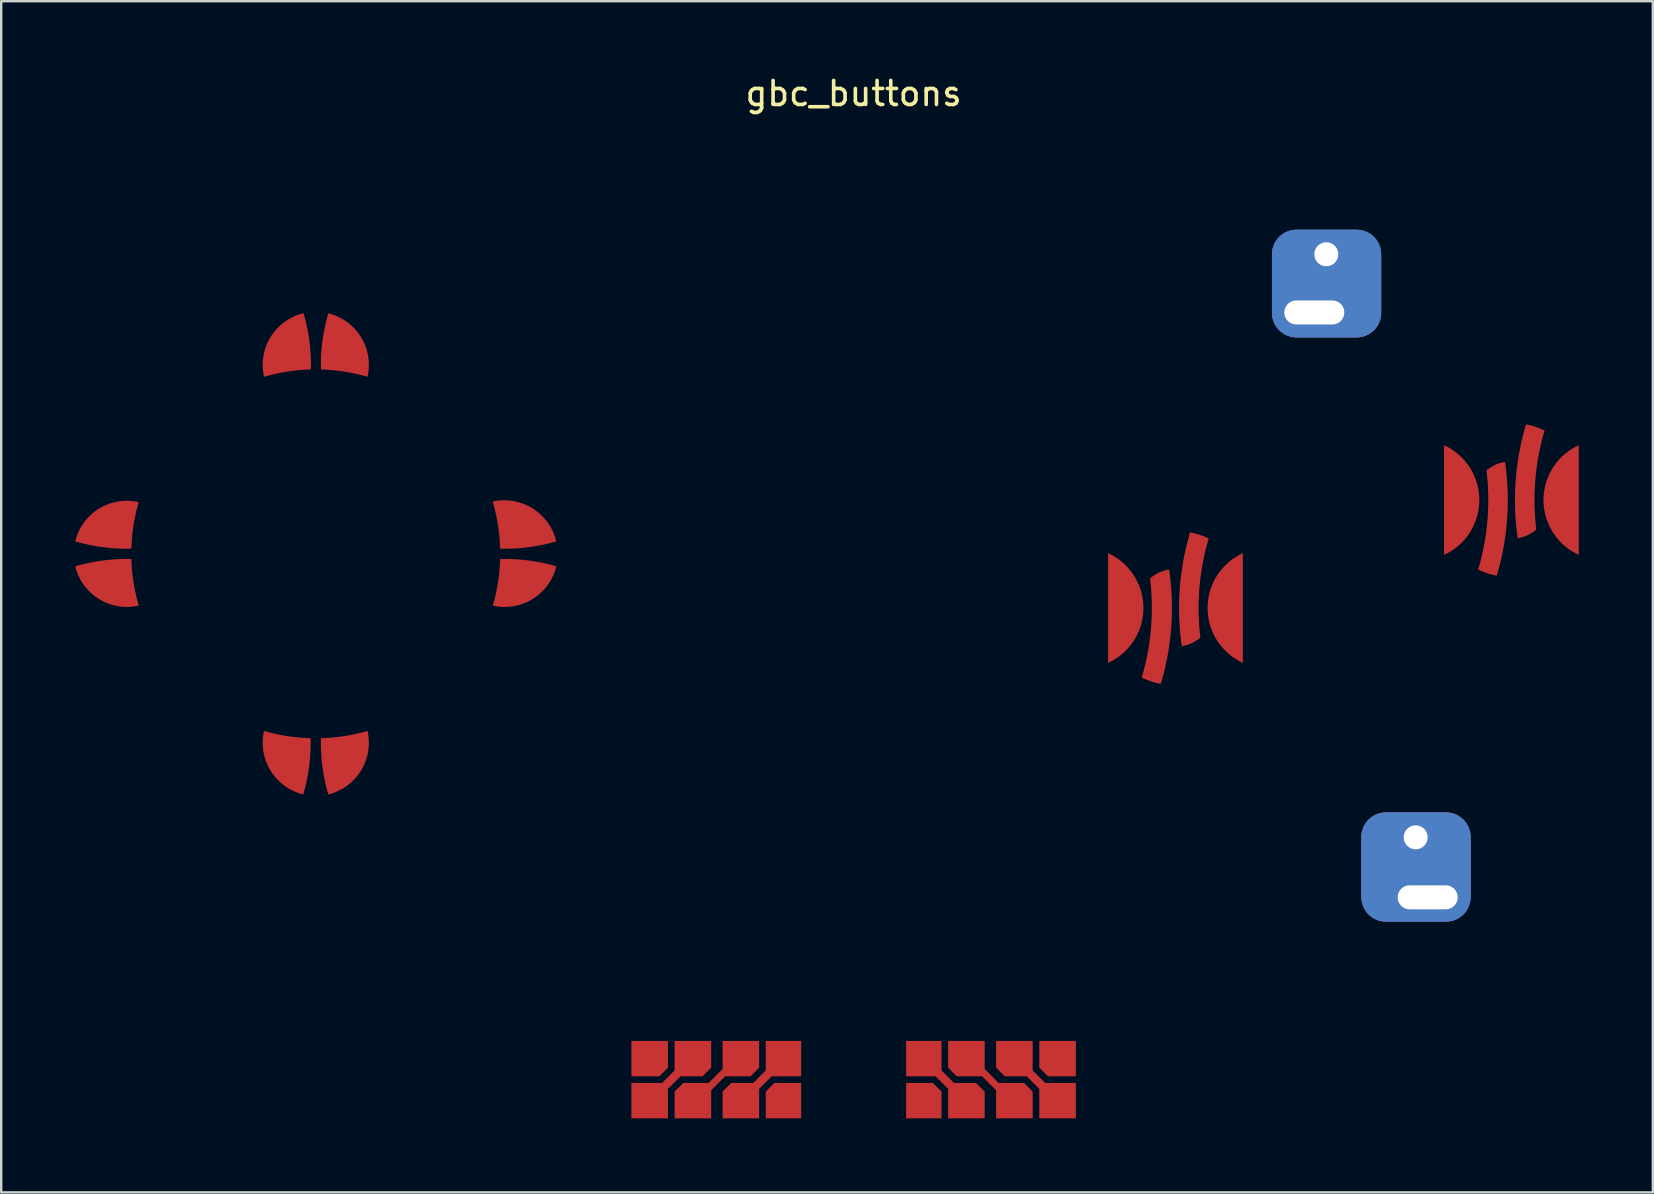
<source format=kicad_pcb>
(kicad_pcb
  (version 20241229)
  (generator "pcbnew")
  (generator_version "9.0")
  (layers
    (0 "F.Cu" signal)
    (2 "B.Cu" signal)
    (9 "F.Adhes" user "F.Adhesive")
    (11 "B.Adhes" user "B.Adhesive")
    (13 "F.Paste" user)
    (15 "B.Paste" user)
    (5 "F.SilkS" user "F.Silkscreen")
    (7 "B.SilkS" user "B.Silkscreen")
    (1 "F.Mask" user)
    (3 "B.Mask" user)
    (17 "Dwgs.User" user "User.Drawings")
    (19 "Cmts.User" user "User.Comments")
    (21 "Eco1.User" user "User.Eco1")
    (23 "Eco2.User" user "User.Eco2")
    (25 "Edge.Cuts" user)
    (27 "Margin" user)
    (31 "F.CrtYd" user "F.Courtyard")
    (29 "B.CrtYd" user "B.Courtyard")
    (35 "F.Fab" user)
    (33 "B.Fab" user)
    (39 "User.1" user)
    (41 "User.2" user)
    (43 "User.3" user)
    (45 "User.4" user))
  (footprint "gbc_buttons"
    (layer "F.Cu")
    (at 32.528 1.348)
    (property "Reference" "gbc_buttons" (at 0 -0.5 0) (unlocked yes) (layer "F.SilkS") (effects (font (size 1 1) (thickness 0.15))))
    (attr smd)
    (fp_poly (pts (xy -7.75 39) (xy -7.75 40.096) (xy -8.104 40.45) (xy -9.25 40.45) (xy -9.25 39)) (stroke (width 0.2) (type solid)) (fill yes) (layer "F.Mask"))
    (fp_poly (pts (xy -3.65 42.2) (xy -2.2 42.2) (xy -2.2 40.75) (xy -3.296 40.75) (xy -3.65 41.104)) (stroke (width 0.2) (type solid)) (fill yes) (layer "F.Mask"))
    (fp_poly (pts (xy 2.2 40.75) (xy 3.296 40.75) (xy 3.65 41.104) (xy 3.65 42.2) (xy 2.2 42.2)) (stroke (width 0.2) (type solid)) (fill yes) (layer "F.Mask"))
    (fp_poly (pts (xy 7.75 39) (xy 9.25 39) (xy 9.25 40.45) (xy 8.104 40.45) (xy 7.75 40.096)) (stroke (width 0.2) (type solid)) (fill yes) (layer "F.Mask"))
    (fp_poly (pts (arc (start 12.021347 23.835005) (mid 12.39855 23.987989) (end 12.792079 24.092014)) (xy 12.775 21.775)) (stroke (width 0.2) (type solid)) (fill yes) (layer "F.Mask"))
    (fp_poly (pts (arc (start 14.782822 18.049992) (mid 14.415641 17.90327) (end 14.033168 17.802953)) (xy 14 19.525)) (stroke (width 0.2) (type solid)) (fill yes) (layer "F.Mask"))
    (fp_poly (pts (arc (start 28.782822 13.549992) (mid 28.415641 13.40327) (end 28.033168 13.302953)) (xy 28 15.025)) (stroke (width 0.2) (type solid)) (fill yes) (layer "F.Mask"))
    (fp_poly (pts (xy 26.75 17.025) (xy 26.045 19.335) (arc (start 26.045394 19.335015) (mid 26.412559 19.48173) (end 26.795016 19.582044))) (stroke (width 0.2) (type solid)) (fill yes) (layer "F.Mask"))
    (fp_poly (pts (xy 26.75 17.025) (arc (start 26.389774 15.213371) (mid 26.741811 14.990595) (end 27.139426 14.866253))) (stroke (width 0.2) (type solid)) (fill yes) (layer "F.Mask"))
    (fp_poly (pts (arc (start 27.688774 18.018747) (mid 28.086389 17.894405) (end 28.438426 17.671629)) (xy 28 15.025)) (stroke (width 0.2) (type solid)) (fill yes) (layer "F.Mask"))
    (fp_poly (pts (arc (start -30.113851 18.912087) (mid -30.023657 19.881581) (end -29.811836 20.831941)) (xy -31 19.75)) (stroke (width 0.2) (type solid)) (fill yes) (layer "F.Mask"))
    (fp_poly (pts (arc (start -29.811836 16.538059) (mid -30.023657 17.488419) (end -30.113851 18.457913)) (xy -31 17.5)) (stroke (width 0.2) (type solid)) (fill yes) (layer "F.Mask"))
    (fp_poly (pts (arc (start -22.632452 10.988009) (mid -23.607932 11.077625) (end -24.564141 11.290364)) (xy -23.5 9.975)) (stroke (width 0.2) (type solid)) (fill yes) (layer "F.Mask"))
    (fp_poly (pts (arc (start -15.022556 20.831915) (mid -14.81074 19.881564) (end -14.720549 18.91208)) (xy -13.75 19.75)) (stroke (width 0.2) (type solid)) (fill yes) (layer "F.Mask"))
    (fp_poly (pts (xy -13.75 17.5) (arc (start -15.022556 16.538085) (mid -14.81074 17.488438) (end -14.720549 18.457923))) (stroke (width 0.2) (type solid)) (fill yes) (layer "F.Mask"))
    (fp_poly (pts (xy -7.75 40.979) (xy -7.75 42.2) (xy -9.25 42.2) (xy -9.25 40.75) (xy -7.979 40.75) (xy -7.45 40.221) (xy -7.45 39) (xy -5.95 39) (xy -5.95 40.096) (xy -6.304 40.45) (xy -7.221 40.45)) (stroke (width 0.2) (type solid)) (fill yes) (layer "F.Mask"))
    (fp_poly (pts (xy -5.096 40.75) (xy -5.45 41.104) (xy -5.45 42.2) (xy -3.95 42.2) (xy -3.95 40.979) (xy -3.421 40.45) (xy -2.2 40.45) (xy -2.2 39) (xy -3.65 39) (xy -3.65 40.221) (xy -4.179 40.75)) (stroke (width 0.2) (type solid)) (fill yes) (layer "F.Mask"))
    (fp_poly (pts (xy 5.096 40.75) (xy 5.45 41.104) (xy 5.45 42.2) (xy 3.95 42.2) (xy 3.95 40.979) (xy 3.421 40.45) (xy 2.2 40.45) (xy 2.2 39) (xy 3.65 39) (xy 3.65 40.221) (xy 4.179 40.75)) (stroke (width 0.2) (type solid)) (fill yes) (layer "F.Mask"))
    (fp_poly (pts (xy 7.979 40.75) (xy 9.25 40.75) (xy 9.25 42.2) (xy 7.75 42.2) (xy 7.75 40.979) (xy 7.221 40.45) (xy 6.304 40.45) (xy 5.95 40.096) (xy 5.95 39) (xy 7.45 39) (xy 7.45 40.221)) (stroke (width 0.2) (type solid)) (fill yes) (layer "F.Mask"))
    (fp_poly (pts (xy 12.775 21.775) (arc (start 12.366575 19.713359) (mid 12.728633 19.480231) (end 13.139427 19.35107))) (stroke (width 0.2) (type solid)) (fill yes) (layer "F.Mask"))
    (fp_poly (pts (xy 14.438 22.172) (xy 14 19.525) (arc (start 13.688774 22.518747) (mid 14.086389 22.394405) (end 14.438426 22.171629))) (stroke (width 0.2) (type solid)) (fill yes) (layer "F.Mask"))
    (fp_poly (pts (arc (start -32.427636 18.155911) (mid -31.282326 18.395654) (end -30.11385 18.457921)) (xy -31 17.5)) (stroke (width 0.2) (type solid)) (fill yes) (layer "F.Mask"))
    (fp_poly (pts (arc (start -24.564141 26.079636) (mid -23.613774 26.291458) (end -22.644273 26.381651)) (xy -23.5 27.25) (xy -24.564 26.08)) (stroke (width 0.2) (type solid)) (fill yes) (layer "F.Mask"))
    (fp_poly (pts (xy -21.225 27.25) (xy -22.19 26.382) (arc (start -22.190127 26.381651) (mid -21.22064 26.291461) (end -20.270285 26.079644))) (stroke (width 0.2) (type solid)) (fill yes) (layer "F.Mask"))
    (fp_poly (pts (arc (start -20.270285 11.290356) (mid -21.22064 11.078539) (end -22.190127 10.988349)) (xy -21.25 9.975) (xy -20.27 11.29)) (stroke (width 0.2) (type solid)) (fill yes) (layer "F.Mask"))
    (fp_poly (pts (arc (start -14.72055 18.457921) (mid -13.552074 18.395654) (end -12.406764 18.155911)) (xy -13.75 17.5)) (stroke (width 0.2) (type solid)) (fill yes) (layer "F.Mask"))
    (fp_poly (pts (arc (start -12.406764 19.214089) (mid -13.552074 18.974346) (end -14.72055 18.912079)) (xy -13.75 19.75)) (stroke (width 0.2) (type solid)) (fill yes) (layer "F.Mask"))
    (fp_poly (pts (xy -5.45 39) (xy -5.45 40.162) (xy -6.038 40.75) (xy -7.096 40.75) (xy -7.45 41.104) (xy -7.45 42.2) (xy -5.95 42.2) (xy -5.95 41.038) (xy -5.362 40.45) (xy -4.304 40.45) (xy -3.95 40.096) (xy -3.95 39)) (stroke (width 0.2) (type solid)) (fill yes) (layer "F.Mask"))
    (fp_poly (pts (xy 7.45 42.2) (xy 5.95 42.2) (xy 5.95 41.038) (xy 5.362 40.45) (xy 4.304 40.45) (xy 3.95 40.096) (xy 3.95 39) (xy 5.45 39) (xy 5.45 40.162) (xy 6.038 40.75) (xy 7.096 40.75) (xy 7.45 41.104)) (stroke (width 0.2) (type solid)) (fill yes) (layer "F.Mask"))
    (fp_poly (pts (arc (start -30.11385 18.912079) (mid -31.282326 18.974346) (end -32.427636 19.214089)) (xy -31 19.75) (xy -30.114 18.912)) (stroke (width 0.2) (type solid)) (fill yes) (layer "F.Mask"))
    (fp_poly (pts (xy -22.946 28.695) (xy -23.5 27.25) (arc (start -22.644279 26.381651) (mid -22.706546 27.550126) (end -22.946289 28.695436))) (stroke (width 0.2) (type solid)) (fill yes) (layer "F.Mask"))
    (fp_poly (pts (arc (start -22.632448 10.988009) (mid -22.694832 9.818291) (end -22.934797 8.671753)) (xy -23.5 9.975) (xy -22.632 10.988)) (stroke (width 0.2) (type solid)) (fill yes) (layer "F.Mask"))
    (fp_poly (pts (arc (start -21.888111 8.674564) (mid -22.127855 9.819881) (end -22.19012 10.988363)) (xy -21.25 9.975) (xy -21.888 8.675)) (stroke (width 0.2) (type solid)) (fill yes) (layer "F.Mask"))
    (fp_poly (pts (xy -21.225 27.25) (xy -22.19 26.382) (arc (start -22.19012 26.381637) (mid -22.127855 27.550119) (end -21.888111 28.695436))) (stroke (width 0.2) (type solid)) (fill yes) (layer "F.Mask"))
    (fp_poly (pts (arc (start 14.782825 18.049982) (mid 14.399524 20.093155) (end 14.438425 22.171607)) (xy 14 19.525)) (stroke (width 0.2) (type solid)) (fill yes) (layer "F.Mask"))
    (fp_poly (pts (xy 26.75 17.025) (arc (start 26.389773 15.213372) (mid 26.428678 17.291826) (end 26.04538 19.335001))) (stroke (width 0.2) (type solid)) (fill yes) (layer "F.Mask"))
    (fp_poly (pts (arc (start 12.021358 23.835019) (mid 12.40556 21.791916) (end 12.366573 19.713368)) (xy 12.775 21.775) (xy 12.021 23.835)) (stroke (width 0.2) (type solid)) (fill yes) (layer "F.Mask"))
    (fp_poly (pts (arc (start 28.033148 13.302887) (mid 27.604289 15.642085) (end 27.688738 18.018771)) (xy 28 15.025)) (stroke (width 0.2) (type solid)) (fill yes) (layer "F.Mask"))
    (fp_poly (pts (arc (start 28.782825 13.549982) (mid 28.399524 15.593155) (end 28.438425 17.671607)) (xy 28 15.025) (xy 28.783 13.55)) (stroke (width 0.2) (type solid)) (fill yes) (layer "F.Mask"))
    (fp_poly (pts (xy 14 19.525) (xy 14.033 17.803) (arc (start 14.033148 17.802887) (mid 13.604289 20.142085) (end 13.688738 22.518771))) (stroke (width 0.2) (type solid)) (fill yes) (layer "F.Mask"))
    (fp_poly (pts (arc (start 26.795068 19.582058) (mid 27.223912 17.242896) (end 27.139464 14.866248)) (xy 26.75 17.025) (xy 26.795 19.582)) (stroke (width 0.2) (type solid)) (fill yes) (layer "F.Mask"))
    (fp_poly (pts (xy -31 17.5) (arc (start -32.427629 18.155902) (mid -31.449417 16.813944) (end -29.811843 16.538082))) (stroke (width 0.2) (type solid)) (fill yes) (layer "F.Mask"))
    (fp_poly (pts (arc (start -24.564116 26.079635) (mid -24.288258 27.717214) (end -22.946298 28.695429)) (xy -23.5 27.25)) (stroke (width 0.2) (type solid)) (fill yes) (layer "F.Mask"))
    (fp_poly (pts (arc (start -20.270282 11.290357) (mid -20.546147 9.652778) (end -21.888113 8.674569)) (xy -21.25 9.975)) (stroke (width 0.2) (type solid)) (fill yes) (layer "F.Mask"))
    (fp_poly (pts (arc (start -32.427629 19.214098) (mid -31.449417 20.556056) (end -29.811843 20.831918)) (xy -31 19.75) (xy -32.428 19.214)) (stroke (width 0.2) (type solid)) (fill yes) (layer "F.Mask"))
    (fp_poly (pts (arc (start -22.934811 8.671758) (mid -24.285141 9.647761) (end -24.564116 11.290365)) (xy -23.5 9.975) (xy -22.935 8.672)) (stroke (width 0.2) (type solid)) (fill yes) (layer "F.Mask"))
    (fp_poly (pts (xy -20.27 26.08) (xy -21.225 27.25) (arc (start -21.888113 28.695431) (mid -20.546147 27.717222) (end -20.270282 26.079643))) (stroke (width 0.2) (type solid)) (fill yes) (layer "F.Mask"))
    (fp_poly (pts (xy -13.75 19.75) (xy -15.023 20.832) (arc (start -15.022565 20.831916) (mid -13.384982 20.556055) (end -12.406769 19.214087))) (stroke (width 0.2) (type solid)) (fill yes) (layer "F.Mask"))
    (fp_poly (pts (arc (start -12.406769 18.155913) (mid -13.384982 16.813945) (end -15.022565 16.538084)) (xy -13.75 17.5) (xy -12.407 18.156)) (stroke (width 0.2) (type solid)) (fill yes) (layer "F.Mask"))
    (fp_poly (pts (arc (start 13.139434 19.366248) (mid 13.223503 21.74808) (end 12.792064 24.092019)) (xy 12.775 21.775) (arc (start 13.139434 19.366248) (mid 13.223503 21.74808) (end 12.792064 24.092019))) (stroke (width 0.2) (type solid)) (fill yes) (layer "F.Mask"))
    (fp_poly (pts (arc (start 10.619073 23.208988) (mid 12.06407 20.9425) (end 10.619073 18.676012)) (xy 10.619 18.676)) (stroke (width 0.2) (type solid)) (fill yes) (layer "F.Mask"))
    (fp_poly (pts (arc (start 24.619103 18.708988) (mid 26.0641 16.4425) (end 24.619103 14.176012)) (xy 24.619 14.176)) (stroke (width 0.2) (type solid)) (fill yes) (layer "F.Mask"))
    (fp_poly (pts (arc (start 30.209097 14.176012) (mid 28.7641 16.4425) (end 30.209097 18.708988)) (xy 30.209 14.176)) (stroke (width 0.2) (type solid)) (fill yes) (layer "F.Mask"))
    (fp_poly (pts (xy 16.209 23.209) (xy 16.209 18.676) (arc (start 16.209097 18.676012) (mid 14.7641 20.9425) (end 16.209097 23.208988))) (stroke (width 0.2) (type solid)) (fill yes) (layer "F.Mask"))
    (fp_poly (pts (arc (start 21.9609 6.20299) (mid 21.668007 5.495883) (end 20.9609 5.20299)) (arc (start 18.4609 5.20299) (mid 17.753793 5.495883) (end 17.4609 6.20299)) (arc (start 17.4609 8.63799) (mid 17.753793 9.345097) (end 18.4609 9.63799)) (arc (start 20.9609 9.63799) (mid 21.668007 9.345097) (end 21.9609 8.63799))) (stroke (width 0.3) (type solid)) (fill yes) (layer "F.Mask"))
    (fp_poly (pts (arc (start 25.6874 30.4882) (mid 25.394507 29.781093) (end 24.6874 29.4882)) (arc (start 22.1874 29.4882) (mid 21.480293 29.781093) (end 21.1874 30.4882)) (arc (start 21.1874 32.9882) (mid 21.480293 33.695307) (end 22.1874 33.9882)) (arc (start 24.6874 33.9882) (mid 25.394507 33.695307) (end 25.6874 32.9882))) (stroke (width 0.3) (type solid)) (fill yes) (layer "F.Mask"))
    (fp_poly (pts (arc (start 21.9609 6.20299) (mid 21.668007 5.495883) (end 20.9609 5.20299)) (arc (start 18.4609 5.20299) (mid 17.753793 5.495883) (end 17.4609 6.20299)) (arc (start 17.4609 8.63799) (mid 17.753793 9.345097) (end 18.4609 9.63799)) (arc (start 20.9609 9.63799) (mid 21.668007 9.345097) (end 21.9609 8.63799))) (stroke (width 0.05) (type solid)) (fill yes) (layer "B.Cu"))
    (fp_poly (pts (arc (start 25.6874 30.4882) (mid 25.394507 29.781093) (end 24.6874 29.4882)) (arc (start 22.1874 29.4882) (mid 21.480293 29.781093) (end 21.1874 30.4882)) (arc (start 21.1874 32.9882) (mid 21.480293 33.695307) (end 22.1874 33.9882)) (arc (start 24.6874 33.9882) (mid 25.394507 33.695307) (end 25.6874 32.9882))) (stroke (width 0.05) (type solid)) (fill yes) (layer "B.Cu"))
    (pad "" thru_hole oval (at 19.2 8.625) (size 2.5 1) (drill oval 2.5 1) (layers "*.Cu" "*.Mask"))
    (pad "" thru_hole oval (at 23.925 33) (size 2.5 1) (drill oval 2.5 1) (layers "*.Cu" "*.Mask"))
    (pad "1" smd custom (at -23.55 10.15) (size 0.65 0.65) (layers "F.Cu" "F.Mask") (options (anchor circle)) (primitives (gr_poly (pts (xy 0.3 -0.313) (xy 0.352 -0.277) (xy 0.388 -0.225) (xy 0.4 -0.163) (xy 0.4 0.163) (xy 0.388 0.225) (xy 0.352 0.277) (xy 0.3 0.313) (xy 0.237 0.325) (xy -0.237 0.325) (xy -0.3 0.313) (xy -0.352 0.277) (xy -0.388 0.225) (xy -0.4 0.163) (xy -0.4 -0.163) (xy -0.388 -0.225) (xy -0.352 -0.277) (xy -0.3 -0.313) (xy -0.237 -0.325) (xy 0.237 -0.325)) (width 0) (fill yes)) (gr_poly (pts (arc (start 0.917548 0.838009) (mid -0.057932 0.927625) (end -1.014141 1.140364)) (xy 0.05 -0.175)) (width 0.025) (fill yes)) (gr_poly (pts (xy 0.05 -0.175) (arc (start -1.014116 1.140365) (mid -0.735141 -0.502239) (end 0.615189 -1.478242)) (xy 0.615 -1.478)) (width 0.025) (fill yes)) (gr_poly (pts (xy 0.05 -0.175) (arc (start 0.615203 -1.478247) (mid 0.855168 -0.331709) (end 0.917552 0.838009)) (arc (start 0.615203 -1.478247) (mid 0.855168 -0.331709) (end 0.917552 0.838009)) (arc (start 0.615203 -1.478247) (mid 0.855168 -0.331709) (end 0.917552 0.838009)) (xy 0.918 0.838)) (width 0.025) (fill yes))))
    (pad "2" smd custom (at -13.8 17.55) (size 0.862 0.862) (layers "F.Cu" "F.Mask") (options (anchor circle)) (primitives (gr_poly (pts (xy 1.393 0.606) (arc (start -1.222565 -1.011916) (mid 0.415018 -0.736055) (end 1.393231 0.605913))) (width 0.025) (fill yes)) (gr_poly (pts (arc (start 1.393236 0.605911) (mid 0.247926 0.845654) (end -0.92055 0.907921)) (xy 0.05 -0.05)) (width 0.025) (fill yes)) (gr_poly (pts (xy 0.05 -0.05) (arc (start -0.920549 0.907923) (mid -1.01074 -0.061562) (end -1.222556 -1.011915))) (width 0.025) (fill yes)) (gr_poly (pts (xy 1.393 0.602) (arc (start -1.222565 -1.016224) (mid 0.415018 -0.740363) (end 1.393231 0.601605))) (width 0.025) (fill yes)) (gr_poly (pts (xy 0.513 -0.415) (xy 0.583 -0.368) (xy 0.63 -0.298) (xy 0.646 -0.215) (xy 0.646 0.215) (xy 0.63 0.298) (xy 0.583 0.368) (xy 0.513 0.415) (xy 0.431 0.431) (xy -0.431 0.431) (xy -0.513 0.415) (xy -0.583 0.368) (xy -0.63 0.298) (xy -0.646 0.215) (xy -0.646 -0.215) (xy -0.63 -0.298) (xy -0.583 -0.368) (xy -0.513 -0.415) (xy -0.431 -0.431) (xy 0.431 -0.431)) (width 0) (fill yes)) (gr_poly (pts (xy 1.378 0.586) (arc (start -1.238148 -1.031786) (mid 0.399435 -0.755925) (end 1.377648 0.586043))) (width 0.025) (fill yes)) (gr_poly (pts (arc (start 1.393231 0.605913) (mid 0.415018 -0.736055) (end -1.222565 -1.011916)) (xy 0.05 -0.05) (xy 1.393 0.606)) (width 0.025) (fill yes))))
    (pad "3" smd custom (at -23.546 27.25) (size 1.1 1.1) (layers "F.Cu" "F.Mask") (options (anchor circle)) (primitives (gr_poly (pts (xy -0.55 -0.288) (xy -0.529 -0.393) (xy -0.47 -0.482) (xy -0.38 -0.542) (xy -0.275 -0.563) (xy 0.275 -0.563) (xy 0.38 -0.542) (xy 0.47 -0.482) (xy 0.529 -0.393) (xy 0.55 -0.288) (xy 0.55 0.288) (xy 0.529 0.393) (xy 0.47 0.482) (xy 0.38 0.542) (xy 0.275 0.563) (xy -0.275 0.563) (xy -0.38 0.542) (xy -0.47 0.482) (xy -0.529 0.393) (xy -0.55 0.288)) (width 0) (fill yes)) (gr_poly (pts (arc (start -1.018341 -1.170364) (mid -0.067974 -0.958542) (end 0.901527 -0.868349)) (xy 0.046 0) (xy -1.018 -1.17)) (width 0.025) (fill yes)) (gr_poly (pts (xy 0.6 1.445) (xy 0.046 0) (arc (start 0.901521 -0.868349) (mid 0.839254 0.300126) (end 0.599511 1.445436))) (width 0.025) (fill yes)) (gr_poly (pts (arc (start -1.018316 -1.170365) (mid -0.742458 0.467214) (end 0.599502 1.445429)) (xy 0.046 0)) (width 0.025) (fill yes))))
    (pad "4" smd custom (at -30.912 17.526) (size 1.05 1.05) (layers "F.Cu" "F.Mask") (options (anchor circle)) (primitives (gr_poly (pts (xy -0.601 -0.262) (xy -0.581 -0.363) (xy -0.524 -0.448) (xy -0.439 -0.505) (xy -0.339 -0.525) (xy 0.339 -0.525) (xy 0.439 -0.505) (xy 0.524 -0.448) (xy 0.581 -0.363) (xy 0.601 -0.262) (xy 0.601 0.262) (xy 0.581 0.363) (xy 0.524 0.448) (xy 0.439 0.505) (xy 0.339 0.525) (xy -0.339 0.525) (xy -0.439 0.505) (xy -0.524 0.448) (xy -0.581 0.363) (xy -0.601 0.262)) (width 0) (fill yes)) (gr_poly (pts (arc (start -1.515836 0.629911) (mid -0.370526 0.869654) (end 0.79795 0.931921)) (xy -0.088 -0.026)) (width 0.025) (fill yes)) (gr_poly (pts (arc (start 1.099964 -0.987941) (mid 0.888143 -0.037581) (end 0.797949 0.931913)) (xy -0.088 -0.026)) (width 0.025) (fill yes)) (gr_poly (pts (xy -0.088 -0.026) (arc (start -1.515829 0.629902) (mid -0.537617 -0.712056) (end 1.099957 -0.987918))) (width 0.025) (fill yes))))
    (pad "5" smd custom (at 11.325 20.9) (size 0.625 0.625) (layers "F.Cu" "F.Mask") (options (anchor circle)) (primitives (gr_poly (pts (xy 0.454 -0.301) (xy 0.504 -0.267) (xy 0.538 -0.216) (xy 0.55 -0.156) (xy 0.55 0.156) (xy 0.538 0.216) (xy 0.504 0.267) (xy 0.454 0.301) (xy 0.394 0.312) (xy -0.394 0.312) (xy -0.454 0.301) (xy -0.504 0.267) (xy -0.538 0.216) (xy -0.55 0.156) (xy -0.55 -0.156) (xy -0.538 -0.216) (xy -0.504 -0.267) (xy -0.454 -0.301) (xy -0.394 -0.312) (xy 0.394 -0.312)) (width 0) (fill yes)) (gr_poly (pts (arc (start -0.705927 -2.223988) (mid 0.73907 0.0425) (end -0.705927 2.308988)) (arc (start -0.705927 -2.223988) (mid 0.73907 0.0425) (end -0.705927 2.308988))) (width 0.025) (fill yes)) (gr_line (start -0.706 -2.224) (end -0.706 2.309) (width 0.025)) (gr_line (start -0.706 -2.224) (end -0.706 2.309) (width 0.025)) (gr_arc (start -0.705927 -2.223988) (mid 0.739062 0.036436) (end -0.694944 2.303843) (width 0.0254)) (gr_arc (start -0.705927 -2.223988) (mid 0.739062 0.036436) (end -0.694944 2.303843) (width 0.0254))))
    (pad "5" smd custom (at 14.025 20.05 90) (size 0.562 0.562) (layers "F.Cu" "F.Mask") (options (anchor circle)) (primitives (gr_poly (pts (xy 0.426 -0.271) (xy 0.471 -0.24) (xy 0.502 -0.194) (xy 0.512 -0.141) (xy 0.512 0.141) (xy 0.502 0.194) (xy 0.471 0.24) (xy 0.426 0.271) (xy 0.372 0.281) (xy -0.372 0.281) (xy -0.426 0.271) (xy -0.471 0.24) (xy -0.502 0.194) (xy -0.512 0.141) (xy -0.512 -0.141) (xy -0.502 -0.194) (xy -0.471 -0.24) (xy -0.426 -0.271) (xy -0.372 -0.281) (xy 0.372 -0.281)) (width 0) (fill yes)) (gr_poly (pts (arc (start -2.468771 -0.336262) (mid -0.092085 -0.420711) (end 2.247113 0.008148)) (arc (start -2.468771 -0.336262) (mid -0.092085 -0.420711) (end 2.247113 0.008148)) (xy 2.247 0.008) (xy 0.525 -0.025)) (width 0.025) (fill yes)) (gr_poly (pts (xy 0.525 -0.025) (xy -2.122 0.413) (arc (start -2.121629 0.413426) (mid -2.344405 0.061389) (end -2.468747 -0.336226))) (width 0.025) (fill yes)) (gr_poly (pts (arc (start 2.000018 0.757825) (mid -0.043155 0.374524) (end -2.121607 0.413425)) (xy 0.525 -0.025)) (width 0.025) (fill yes)) (gr_poly (pts (arc (start 2.247047 0.008168) (mid 2.14673 0.390641) (end 2.000008 0.757822)) (xy 0.525 -0.025)) (width 0.025) (fill yes))))
    (pad "6" smd custom (at 25.2 16.425 90) (size 0.85 0.85) (layers "F.Cu" "F.Mask") (options (anchor circle)) (primitives (gr_poly (pts (xy 0.594 -0.409) (xy 0.663 -0.363) (xy 0.709 -0.294) (xy 0.725 -0.212) (xy 0.725 0.212) (xy 0.709 0.294) (xy 0.663 0.363) (xy 0.594 0.409) (xy 0.512 0.425) (xy -0.512 0.425) (xy -0.594 0.409) (xy -0.663 0.363) (xy -0.709 0.294) (xy -0.725 0.212) (xy -0.725 -0.212) (xy -0.709 -0.294) (xy -0.663 -0.363) (xy -0.594 -0.409) (xy -0.512 -0.425) (xy 0.512 -0.425)) (width 0) (fill yes)) (gr_poly (pts (arc (start 2.248988 -0.580897) (mid -0.0175 0.8641) (end -2.283988 -0.580897)) (xy 2.249 -0.581)) (width 0.025) (fill yes))))
    (pad "6" smd custom (at 27.965 15.545 90) (size 0.427 0.427) (layers "F.Cu" "F.Mask") (options (anchor circle)) (primitives (gr_poly (pts (xy -0.747 -0.107) (xy -0.739 -0.148) (xy -0.716 -0.182) (xy -0.681 -0.205) (xy -0.64 -0.213) (xy 0.64 -0.213) (xy 0.681 -0.205) (xy 0.716 -0.182) (xy 0.739 -0.148) (xy 0.747 -0.107) (xy 0.747 0.107) (xy 0.739 0.148) (xy 0.716 0.182) (xy 0.681 0.205) (xy 0.64 0.213) (xy -0.64 0.213) (xy -0.681 0.205) (xy -0.716 0.182) (xy -0.739 0.148) (xy -0.747 0.107)) (width 0) (fill yes)) (gr_poly (pts (arc (start 1.994808 0.817422) (mid 2.14153 0.450241) (end 2.241847 0.067768)) (xy 0.52 0.035)) (width 0.025) (fill yes)) (gr_poly (pts (arc (start 1.994818 0.817425) (mid -0.048355 0.434124) (end -2.126807 0.473025)) (xy 0.52 0.035) (xy 1.995 0.817)) (width 0.025) (fill yes)) (gr_poly (pts (arc (start 2.241913 0.067748) (mid -0.097285 -0.361111) (end -2.473971 -0.276662)) (xy 0.52 0.035)) (width 0.025) (fill yes)) (gr_poly (pts (arc (start -2.473947 -0.277111) (mid -2.349605 0.120504) (end -2.126829 0.472541)) (xy 0.52 0.034)) (width 0.025) (fill yes))))
    (pad "7" smd custom (at 2.925 39.6) (size 0.7 0.7) (layers "F.Cu" "F.Mask") (options (anchor circle)) (primitives (gr_poly (pts (xy 0.367 -0.337) (xy 0.424 -0.299) (xy 0.462 -0.242) (xy 0.475 -0.175) (xy 0.475 0.175) (xy 0.462 0.242) (xy 0.424 0.299) (xy 0.367 0.337) (xy 0.3 0.35) (xy -0.3 0.35) (xy -0.367 0.337) (xy -0.424 0.299) (xy -0.462 0.242) (xy -0.475 0.175) (xy -0.475 -0.175) (xy -0.462 -0.242) (xy -0.424 -0.299) (xy -0.367 -0.337) (xy -0.3 -0.35) (xy 0.3 -0.35)) (width 0) (fill yes)) (gr_poly (pts (xy 0.725 0.621) (xy 1.254 1.15) (xy 2.171 1.15) (xy 2.525 1.504) (xy 2.525 2.6) (xy 1.025 2.6) (xy 1.025 1.379) (xy 0.496 0.85) (xy -0.725 0.85) (xy -0.725 -0.6) (xy 0.725 -0.6)) (width 0.025) (fill yes))))
    (pad "7" smd custom (at 6.675 39.7) (size 0.525 0.525) (layers "F.Cu" "F.Mask") (options (anchor circle)) (primitives (gr_poly (pts (xy 0.369 -0.253) (xy 0.412 -0.224) (xy 0.44 -0.181) (xy 0.45 -0.131) (xy 0.45 0.131) (xy 0.44 0.181) (xy 0.412 0.224) (xy 0.369 0.253) (xy 0.319 0.263) (xy -0.319 0.263) (xy -0.369 0.253) (xy -0.412 0.224) (xy -0.44 0.181) (xy -0.45 0.131) (xy -0.45 -0.131) (xy -0.44 -0.181) (xy -0.412 -0.224) (xy -0.369 -0.253) (xy -0.319 -0.263) (xy 0.319 -0.263)) (width 0) (fill yes)) (gr_poly (pts (xy 0.775 0.521) (xy 1.304 1.05) (xy 2.575 1.05) (xy 2.575 2.5) (xy 1.075 2.5) (xy 1.075 1.279) (xy 0.546 0.75) (xy -0.371 0.75) (xy -0.725 0.396) (xy -0.725 -0.7) (xy 0.775 -0.7)) (width 0.025) (fill yes))))
    (pad "8" smd custom (at -6.7 39.7) (size 0.525 0.525) (layers "F.Cu" "F.Mask") (options (anchor circle)) (primitives (gr_poly (pts (xy 0.469 -0.253) (xy 0.512 -0.224) (xy 0.54 -0.181) (xy 0.55 -0.131) (xy 0.55 0.131) (xy 0.54 0.181) (xy 0.512 0.224) (xy 0.469 0.253) (xy 0.419 0.263) (xy -0.419 0.263) (xy -0.469 0.253) (xy -0.512 0.224) (xy -0.54 0.181) (xy -0.55 0.131) (xy -0.55 -0.131) (xy -0.54 -0.181) (xy -0.512 -0.224) (xy -0.469 -0.253) (xy -0.419 -0.263) (xy 0.419 -0.263)) (width 0) (fill yes)) (gr_poly (pts (xy 0.75 0.396) (xy 0.396 0.75) (xy -0.521 0.75) (xy -1.05 1.279) (xy -1.05 2.5) (xy -2.55 2.5) (xy -2.55 1.05) (xy -1.279 1.05) (xy -0.75 0.521) (xy -0.75 -0.7) (xy 0.75 -0.7)) (width 0.025) (fill yes))))
    (pad "8" smd custom (at -2.925 39.675) (size 0.525 0.525) (layers "F.Cu" "F.Mask") (options (anchor circle)) (primitives (gr_poly (pts (xy 0.281 -0.253) (xy 0.324 -0.224) (xy 0.353 -0.181) (xy 0.362 -0.131) (xy 0.362 0.131) (xy 0.353 0.181) (xy 0.324 0.224) (xy 0.281 0.253) (xy 0.231 0.263) (xy -0.231 0.263) (xy -0.281 0.253) (xy -0.324 0.224) (xy -0.353 0.181) (xy -0.362 0.131) (xy -0.362 -0.131) (xy -0.353 -0.181) (xy -0.324 -0.224) (xy -0.281 -0.253) (xy -0.231 -0.263) (xy 0.231 -0.263)) (width 0) (fill yes)) (gr_poly (pts (xy 0.725 0.775) (xy -0.496 0.775) (xy -1.025 1.304) (xy -1.025 2.525) (xy -2.525 2.525) (xy -2.525 1.429) (xy -2.171 1.075) (xy -1.254 1.075) (xy -0.725 0.546) (xy -0.725 -0.675) (xy 0.725 -0.675)) (width 0.025) (fill yes))))
    (pad "9" thru_hole custom (at 19.7 6.2) (size 1 1) (drill oval 3.5 1) (layers "*.Cu" "F.Mask") (options (anchor circle)) (primitives (gr_poly (pts (xy 1.256 -0.5) (xy 1.396 -0.478) (xy 1.525 -0.418) (xy 1.631 -0.324) (xy 1.706 -0.204) (xy 1.745 -0.068) (xy 1.745 0.074) (xy 1.704 0.21) (xy 1.627 0.329) (xy 1.519 0.421) (xy 1.39 0.48) (xy 1.25 0.5) (xy -1.25 0.5) (xy -1.256 0.5) (xy -1.396 0.478) (xy -1.525 0.418) (xy -1.631 0.324) (xy -1.706 0.204) (xy -1.745 0.068) (xy -1.745 -0.074) (xy -1.704 -0.21) (xy -1.627 -0.329) (xy -1.519 -0.421) (xy -1.39 -0.48) (xy -1.25 -0.5) (xy 1.25 -0.5)) (width 0) (fill yes)) (gr_poly (pts (arc (start 1.2609 -0.99701) (mid 1.968007 -0.704117) (end 2.2609 0.00299)) (arc (start 2.2609 2.43799) (mid 1.968007 3.145097) (end 1.2609 3.43799)) (arc (start -1.2391 3.43799) (mid -1.946207 3.145097) (end -2.2391 2.43799)) (arc (start -2.2391 0.00299) (mid -1.946207 -0.704117) (end -1.2391 -0.99701))) (width 0.05) (fill yes))))
    (pad "10" smd custom (at -30.886 19.837) (size 0.948 0.948) (layers "F.Cu" "F.Mask") (options (anchor circle)) (primitives (gr_poly (pts (xy -0.55 -0.237) (xy -0.532 -0.328) (xy -0.481 -0.405) (xy -0.404 -0.456) (xy -0.313 -0.474) (xy 0.313 -0.474) (xy 0.404 -0.456) (xy 0.481 -0.405) (xy 0.532 -0.328) (xy 0.55 -0.237) (xy 0.55 0.237) (xy 0.532 0.328) (xy 0.481 0.405) (xy 0.404 0.456) (xy 0.313 0.474) (xy -0.313 0.474) (xy -0.404 0.456) (xy -0.481 0.405) (xy -0.532 0.328) (xy -0.55 0.237)) (width 0) (fill yes)) (gr_poly (pts (arc (start 0.77255 -0.925321) (mid -0.395926 -0.863054) (end -1.541236 -0.623311)) (xy -0.114 -0.087) (xy 0.773 -0.925)) (width 0.025) (fill yes)) (gr_poly (pts (arc (start 0.772549 -0.925313) (mid 0.862743 0.044181) (end 1.074564 0.994541)) (xy -0.114 -0.087)) (width 0.025) (fill yes)) (gr_poly (pts (arc (start -1.541229 -0.623302) (mid -0.563017 0.718656) (end 1.074557 0.994518)) (xy -0.114 -0.087) (xy -1.541 -0.623)) (width 0.025) (fill yes))))
    (pad "10" smd custom (at -21.45 27.225) (size 0.55 0.55) (layers "F.Cu" "F.Mask") (options (anchor circle)) (primitives (gr_poly (pts (xy 0.253 -0.265) (xy 0.297 -0.235) (xy 0.327 -0.19) (xy 0.338 -0.138) (xy 0.338 0.138) (xy 0.327 0.19) (xy 0.297 0.235) (xy 0.253 0.265) (xy 0.2 0.275) (xy -0.2 0.275) (xy -0.253 0.265) (xy -0.297 0.235) (xy -0.327 0.19) (xy -0.338 0.138) (xy -0.338 -0.138) (xy -0.327 -0.19) (xy -0.297 -0.235) (xy -0.253 -0.265) (xy -0.2 -0.275) (xy 0.2 -0.275)) (width 0) (fill yes)) (gr_poly (pts (xy 1.18 -1.145) (arc (start 1.179718 -1.145357) (mid 0.903853 0.492222) (end -0.438113 1.470431)) (arc (start 1.179718 -1.145357) (mid 0.903853 0.492222) (end -0.438113 1.470431)) (arc (start 1.179718 -1.145357) (mid 0.903853 0.492222) (end -0.438113 1.470431)) (xy 0.225 0.025)) (width 0.025) (fill yes)) (gr_poly (pts (xy 0.225 0.025) (arc (start -0.740127 -0.843349) (mid 0.22936 -0.933539) (end 1.179715 -1.145356))) (width 0.025) (fill yes)) (gr_poly (pts (xy 0.225 0.025) (arc (start -0.438111 1.470436) (mid -0.677855 0.325119) (end -0.74012 -0.843363))) (width 0.025) (fill yes))))
    (pad "10" smd custom (at -21.275 10.225) (size 0.875 0.875) (layers "F.Cu" "F.Mask") (options (anchor circle)) (primitives (gr_poly (pts (xy 0.327 -0.421) (xy 0.398 -0.373) (xy 0.446 -0.302) (xy 0.463 -0.219) (xy 0.463 0.219) (xy 0.446 0.302) (xy 0.398 0.373) (xy 0.327 0.421) (xy 0.244 0.438) (xy -0.244 0.438) (xy -0.327 0.421) (xy -0.398 0.373) (xy -0.446 0.302) (xy -0.463 0.219) (xy -0.463 -0.219) (xy -0.446 -0.302) (xy -0.398 -0.373) (xy -0.327 -0.421) (xy -0.244 -0.438) (xy 0.244 -0.438)) (width 0) (fill yes)) (gr_poly (pts (arc (start -0.613113 -1.550431) (mid 0.728853 -0.572222) (end 1.004718 1.065357)) (arc (start -0.613113 -1.550431) (mid 0.728853 -0.572222) (end 1.004718 1.065357)) (arc (start -0.613113 -1.550431) (mid 0.728853 -0.572222) (end 1.004718 1.065357)) (xy 0.025 -0.25)) (width 0.025) (fill yes)) (gr_poly (pts (xy 1.005 1.065) (arc (start 1.004715 1.065356) (mid 0.05436 0.853539) (end -0.915127 0.763349)) (xy 0.025 -0.25)) (width 0.025) (fill yes)) (gr_poly (pts (xy 0.025 -0.25) (arc (start -0.91512 0.763363) (mid -0.852855 -0.405119) (end -0.613111 -1.550436))) (width 0.025) (fill yes))))
    (pad "10" smd custom (at -13.85 19.8) (size 0.675 0.675) (layers "F.Cu" "F.Mask") (options (anchor circle)) (primitives (gr_poly (pts (xy 0.321 -0.325) (xy 0.376 -0.288) (xy 0.412 -0.233) (xy 0.425 -0.169) (xy 0.425 0.169) (xy 0.412 0.233) (xy 0.376 0.288) (xy 0.321 0.325) (xy 0.256 0.338) (xy -0.256 0.338) (xy -0.321 0.325) (xy -0.376 0.288) (xy -0.412 0.233) (xy -0.425 0.169) (xy -0.425 -0.169) (xy -0.412 -0.233) (xy -0.376 -0.288) (xy -0.321 -0.325) (xy -0.256 -0.338) (xy 0.256 -0.338)) (width 0) (fill yes)) (gr_poly (pts (arc (start 1.443231 -0.585913) (mid 0.465018 0.756055) (end -1.172565 1.031916)) (arc (start 1.443231 -0.585913) (mid 0.465018 0.756055) (end -1.172565 1.031916)) (xy -1.173 1.032) (xy 0.1 -0.05) (arc (start 1.443231 -0.585913) (mid 0.465018 0.756055) (end -1.172565 1.031916))) (width 0.025) (fill yes)) (gr_poly (pts (xy 0.1 -0.05) (arc (start -1.172556 1.031915) (mid -0.96074 0.081564) (end -0.870549 -0.88792))) (width 0.025) (fill yes)) (gr_poly (pts (arc (start -0.87055 -0.887921) (mid 0.297926 -0.825654) (end 1.443236 -0.585911)) (arc (start -0.87055 -0.887921) (mid 0.297926 -0.825654) (end 1.443236 -0.585911)) (xy 0.1 -0.05)) (width 0.025) (fill yes))))
    (pad "10" smd custom (at -8.475 39.6) (size 0.625 0.625) (layers "F.Cu" "F.Mask") (options (anchor circle)) (primitives (gr_poly (pts (xy 0.416 -0.301) (xy 0.467 -0.267) (xy 0.501 -0.216) (xy 0.512 -0.156) (xy 0.512 0.156) (xy 0.501 0.216) (xy 0.467 0.267) (xy 0.416 0.301) (xy 0.356 0.312) (xy -0.356 0.312) (xy -0.416 0.301) (xy -0.467 0.267) (xy -0.501 0.216) (xy -0.512 0.156) (xy -0.512 -0.156) (xy -0.501 -0.216) (xy -0.467 -0.267) (xy -0.416 -0.301) (xy -0.356 -0.312) (xy 0.356 -0.312)) (width 0) (fill yes)) (gr_poly (pts (xy 0.725 0.496) (xy 0.371 0.85) (xy -0.775 0.85) (xy -0.775 -0.6) (xy 0.725 -0.6)) (width 0.025) (fill yes))))
    (pad "10" smd custom (at -4.7 39.725) (size 0.65 0.65) (layers "F.Cu" "F.Mask") (options (anchor circle)) (primitives (gr_poly (pts (xy 0.287 -0.313) (xy 0.34 -0.277) (xy 0.375 -0.225) (xy 0.388 -0.163) (xy 0.388 0.163) (xy 0.375 0.225) (xy 0.34 0.277) (xy 0.287 0.313) (xy 0.225 0.325) (xy -0.225 0.325) (xy -0.287 0.313) (xy -0.34 0.277) (xy -0.375 0.225) (xy -0.388 0.163) (xy -0.388 -0.163) (xy -0.375 -0.225) (xy -0.34 -0.277) (xy -0.287 -0.313) (xy -0.225 -0.325) (xy 0.225 -0.325)) (width 0) (fill yes)) (gr_poly (pts (xy 0.75 0.371) (xy 0.396 0.725) (xy -0.662 0.725) (xy -1.25 1.313) (xy -1.25 2.475) (xy -2.75 2.475) (xy -2.75 1.379) (xy -2.396 1.025) (xy -1.338 1.025) (xy -0.75 0.437) (xy -0.75 -0.725) (xy 0.75 -0.725)) (width 0.025) (fill yes))))
    (pad "10" smd custom (at -2.825 41.4) (size 0.575 0.575) (layers "F.Cu" "F.Mask") (options (anchor circle)) (primitives (gr_poly (pts (xy 0.274 -0.277) (xy 0.32 -0.245) (xy 0.352 -0.199) (xy 0.362 -0.144) (xy 0.362 0.144) (xy 0.352 0.199) (xy 0.32 0.245) (xy 0.274 0.277) (xy 0.219 0.287) (xy -0.219 0.287) (xy -0.274 0.277) (xy -0.32 0.245) (xy -0.352 0.199) (xy -0.362 0.144) (xy -0.362 -0.144) (xy -0.352 -0.199) (xy -0.32 -0.245) (xy -0.274 -0.277) (xy -0.219 -0.287) (xy 0.219 -0.287)) (width 0) (fill yes)) (gr_poly (pts (xy 0.625 0.8) (xy -0.825 0.8) (xy -0.825 -0.296) (xy -0.471 -0.65) (xy 0.625 -0.65)) (width 0.025) (fill yes))))
    (pad "10" smd custom (at 2.825 41.425) (size 0.45 0.45) (layers "F.Cu" "F.Mask") (options (anchor circle)) (primitives (gr_poly (pts (xy 0.368 -0.216) (xy 0.405 -0.192) (xy 0.429 -0.156) (xy 0.438 -0.113) (xy 0.438 0.113) (xy 0.429 0.156) (xy 0.405 0.192) (xy 0.368 0.216) (xy 0.325 0.225) (xy -0.325 0.225) (xy -0.368 0.216) (xy -0.405 0.192) (xy -0.429 0.156) (xy -0.438 0.113) (xy -0.438 -0.113) (xy -0.429 -0.156) (xy -0.405 -0.192) (xy -0.368 -0.216) (xy -0.325 -0.225) (xy 0.325 -0.225)) (width 0) (fill yes)) (gr_poly (pts (xy 0.825 -0.321) (xy 0.825 0.775) (xy -0.625 0.775) (xy -0.625 -0.675) (xy 0.471 -0.675)) (width 0.025) (fill yes))))
    (pad "10" smd custom (at 4.675 39.6) (size 0.6 0.6) (layers "F.Cu" "F.Mask") (options (anchor circle)) (primitives (gr_poly (pts (xy 0.395 -0.289) (xy 0.444 -0.256) (xy 0.476 -0.207) (xy 0.487 -0.15) (xy 0.487 0.15) (xy 0.476 0.207) (xy 0.444 0.256) (xy 0.395 0.289) (xy 0.338 0.3) (xy -0.338 0.3) (xy -0.395 0.289) (xy -0.444 0.256) (xy -0.476 0.207) (xy -0.487 0.15) (xy -0.487 -0.15) (xy -0.476 -0.207) (xy -0.444 -0.256) (xy -0.395 -0.289) (xy -0.338 -0.3) (xy 0.338 -0.3)) (width 0) (fill yes)) (gr_poly (pts (xy 0.775 0.562) (xy 1.363 1.15) (xy 2.421 1.15) (xy 2.775 1.504) (xy 2.775 2.6) (xy 1.275 2.6) (xy 1.275 1.438) (xy 0.687 0.85) (xy -0.371 0.85) (xy -0.725 0.496) (xy -0.725 -0.6) (xy 0.775 -0.6)) (width 0.025) (fill yes))))
    (pad "10" smd custom (at 8.5 39.725) (size 0.675 0.675) (layers "F.Cu" "F.Mask") (options (anchor circle)) (primitives (gr_poly (pts (xy 0.346 -0.325) (xy 0.401 -0.288) (xy 0.437 -0.233) (xy 0.45 -0.169) (xy 0.45 0.169) (xy 0.437 0.233) (xy 0.401 0.288) (xy 0.346 0.325) (xy 0.281 0.338) (xy -0.281 0.338) (xy -0.346 0.325) (xy -0.401 0.288) (xy -0.437 0.233) (xy -0.45 0.169) (xy -0.45 -0.169) (xy -0.437 -0.233) (xy -0.401 -0.288) (xy -0.346 -0.325) (xy -0.281 -0.338) (xy 0.281 -0.338)) (width 0) (fill yes)) (gr_poly (pts (xy 0.75 0.725) (xy -0.396 0.725) (xy -0.75 0.371) (xy -0.75 -0.725) (xy 0.75 -0.725)) (width 0.025) (fill yes))))
    (pad "10" smd custom (at 12.825 21.65 90) (size 0.562 0.562) (layers "F.Cu" "F.Mask") (options (anchor circle)) (primitives (gr_poly (pts (xy 0.363 -0.271) (xy 0.409 -0.24) (xy 0.439 -0.194) (xy 0.45 -0.141) (xy 0.45 0.141) (xy 0.439 0.194) (xy 0.409 0.24) (xy 0.363 0.271) (xy 0.309 0.281) (xy -0.309 0.281) (xy -0.363 0.271) (xy -0.409 0.24) (xy -0.439 0.194) (xy -0.45 0.141) (xy -0.45 -0.141) (xy -0.439 -0.194) (xy -0.409 -0.24) (xy -0.363 -0.271) (xy -0.309 -0.281) (xy 0.309 -0.281)) (width 0) (fill yes)) (gr_poly (pts (xy -0.125 -0.05) (arc (start -2.442014 -0.032921) (mid -2.337989 -0.42645) (end -2.185005 -0.803653))) (width 0.025) (fill yes)) (gr_poly (pts (arc (start 2.283752 0.314434) (mid -0.09808 0.398503) (end -2.442019 -0.032936)) (arc (start 2.283752 0.314434) (mid -0.09808 0.398503) (end -2.442019 -0.032936)) (xy -0.125 -0.05)) (width 0.025) (fill yes)) (gr_poly (pts (arc (start -2.185019 -0.803642) (mid -0.141916 -0.41944) (end 1.936632 -0.458427)) (xy -0.125 -0.05)) (width 0.025) (fill yes)) (gr_poly (pts (arc (start 1.936641 -0.458425) (mid 2.169769 -0.096367) (end 2.29893 0.314427)) (arc (start 1.936641 -0.458425) (mid 2.169769 -0.096367) (end 2.29893 0.314427)) (arc (start 1.936641 -0.458425) (mid 2.169769 -0.096367) (end 2.29893 0.314427)) (xy -0.125 -0.05)) (width 0.025) (fill yes))))
    (pad "10" smd custom (at 15.5 20.95) (size 0.575 0.575) (layers "F.Cu" "F.Mask") (options (anchor circle)) (primitives (gr_poly (pts (xy 0.374 -0.277) (xy 0.42 -0.245) (xy 0.452 -0.199) (xy 0.463 -0.144) (xy 0.463 0.144) (xy 0.452 0.199) (xy 0.42 0.245) (xy 0.374 0.277) (xy 0.319 0.287) (xy -0.319 0.287) (xy -0.374 0.277) (xy -0.42 0.245) (xy -0.452 0.199) (xy -0.463 0.144) (xy -0.463 -0.144) (xy -0.452 -0.199) (xy -0.42 -0.245) (xy -0.374 -0.277) (xy -0.319 -0.287) (xy 0.319 -0.287)) (width 0) (fill yes)) (gr_poly (pts (xy 0.709 -2.274) (xy 0.709 2.259) (arc (start 0.709097 2.258988) (mid -0.7359 -0.0075) (end 0.709097 -2.273988))) (width 0.025) (fill yes)) (gr_line (start 0.709 -2.274) (end 0.709 2.259) (width 0.025)) (gr_line (start 0.709 -2.274) (end 0.709 2.259) (width 0.025)) (gr_arc (start 0.709097 2.258988) (mid -0.735892 -0.001435) (end 0.698112 -2.268842) (width 0.0254)) (gr_arc (start 0.709097 2.258988) (mid -0.735892 -0.001435) (end 0.698112 -2.268842) (width 0.0254))))
    (pad "10" thru_hole custom (at 23.425 30.5) (size 1 1) (drill oval 3.5 1) (layers "*.Cu" "F.Mask") (options (anchor circle)) (primitives (gr_poly (pts (xy 1.256 -0.5) (xy 1.396 -0.478) (xy 1.525 -0.418) (xy 1.631 -0.324) (xy 1.706 -0.204) (xy 1.745 -0.068) (xy 1.745 0.074) (xy 1.704 0.21) (xy 1.627 0.329) (xy 1.519 0.421) (xy 1.39 0.48) (xy 1.25 0.5) (xy -1.25 0.5) (xy -1.256 0.5) (xy -1.396 0.478) (xy -1.525 0.418) (xy -1.631 0.324) (xy -1.706 0.204) (xy -1.745 0.068) (xy -1.745 -0.074) (xy -1.704 -0.21) (xy -1.627 -0.329) (xy -1.519 -0.421) (xy -1.39 -0.48) (xy -1.25 -0.5) (xy 1.25 -0.5)) (width 0) (fill yes)) (gr_poly (pts (arc (start 1.2624 -1.0118) (mid 1.969507 -0.718907) (end 2.2624 -0.0118)) (arc (start 2.2624 2.4882) (mid 1.969507 3.195307) (end 1.2624 3.4882)) (arc (start -1.2376 3.4882) (mid -1.944707 3.195307) (end -2.2376 2.4882)) (arc (start -2.2376 -0.0118) (mid -1.944707 -0.718907) (end -1.2376 -1.0118))) (width 0.05) (fill yes))))
    (pad "10" smd custom (at 26.798 17.213 90) (size 0.511 0.511) (layers "F.Cu" "F.Mask") (options (anchor circle)) (primitives (gr_poly (pts (xy -1.151 -0.128) (xy -1.141 -0.177) (xy -1.113 -0.218) (xy -1.072 -0.246) (xy -1.023 -0.255) (xy 1.023 -0.255) (xy 1.072 -0.246) (xy 1.113 -0.218) (xy 1.141 -0.177) (xy 1.151 -0.128) (xy 1.151 0.128) (xy 1.141 0.177) (xy 1.113 0.218) (xy 1.072 0.246) (xy 1.023 0.255) (xy -1.023 0.255) (xy -1.072 0.246) (xy -1.113 0.218) (xy -1.141 0.177) (xy -1.151 0.128)) (width 0) (fill yes)) (gr_poly (pts (xy 0.188 -0.048) (arc (start 2.000054 -0.408651) (mid 2.22283 -0.056614) (end 2.347172 0.341001))) (width 0.025) (fill yes)) (gr_poly (pts (arc (start -2.368633 -0.003357) (mid -0.029471 0.425487) (end 2.347177 0.341039)) (xy 0.188 -0.048) (xy -2.369 -0.003)) (width 0.025) (fill yes)) (gr_poly (pts (xy 0.188 -0.048) (xy -2.122 -0.753) (arc (start -2.12159 -0.753031) (mid -2.268305 -0.385866) (end -2.368619 -0.003409))) (width 0.025) (fill yes)) (gr_poly (pts (xy 0.188 -0.048) (arc (start 2.000053 -0.408652) (mid -0.078401 -0.369747) (end -2.121576 -0.753045))) (width 0.025) (fill yes))))
    (pad "10" smd custom (at 29.6 16.5 90) (size 0.875 0.875) (layers "F.Cu" "F.Mask") (options (anchor circle)) (primitives (gr_poly (pts (xy 0.527 -0.421) (xy 0.598 -0.373) (xy 0.646 -0.302) (xy 0.662 -0.219) (xy 0.662 0.219) (xy 0.646 0.302) (xy 0.598 0.373) (xy 0.527 0.421) (xy 0.444 0.438) (xy -0.444 0.438) (xy -0.527 0.421) (xy -0.598 0.373) (xy -0.646 0.302) (xy -0.662 0.219) (xy -0.662 -0.219) (xy -0.646 -0.302) (xy -0.598 -0.373) (xy -0.527 -0.421) (xy -0.444 -0.438) (xy 0.444 -0.438)) (width 0) (fill yes)) (gr_poly (pts (arc (start -2.208988 0.609097) (mid 0.0575 -0.8359) (end 2.323988 0.609097)) (arc (start -2.208988 0.609097) (mid 0.0575 -0.8359) (end 2.323988 0.609097)) (xy 2.324 0.609)) (width 0.025) (fill yes)))))
  (gr_rect
    (start -3 -3)
    (end 65.837 46.648)
    (stroke (width 0.1) (type default))
    (fill no)
    (layer "Edge.Cuts")))
</source>
